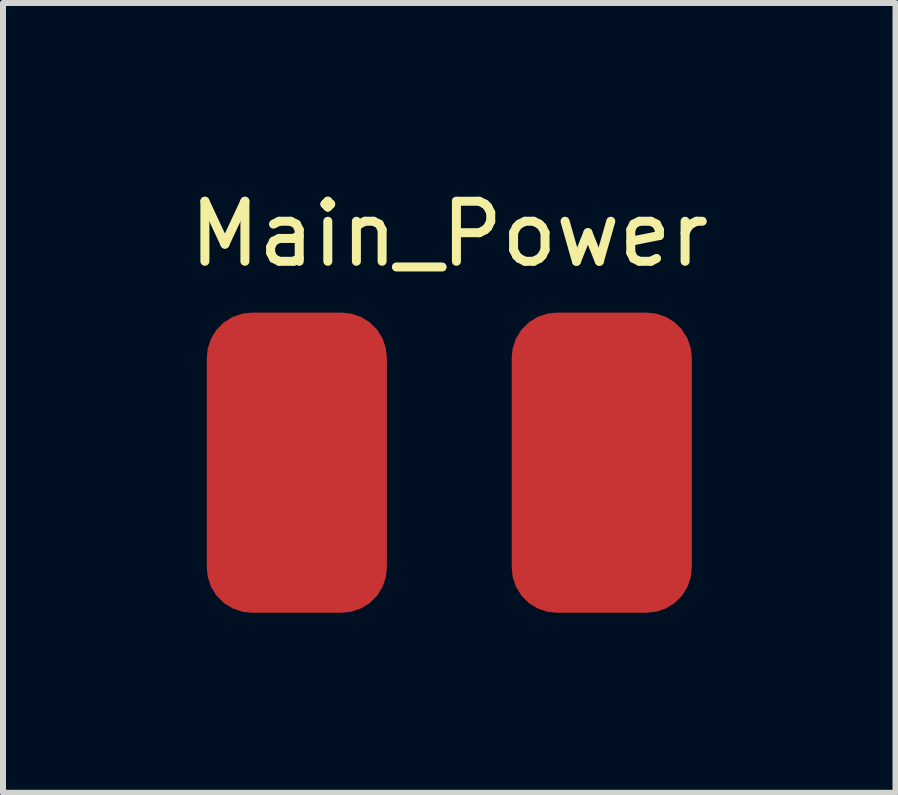
<source format=kicad_pcb>
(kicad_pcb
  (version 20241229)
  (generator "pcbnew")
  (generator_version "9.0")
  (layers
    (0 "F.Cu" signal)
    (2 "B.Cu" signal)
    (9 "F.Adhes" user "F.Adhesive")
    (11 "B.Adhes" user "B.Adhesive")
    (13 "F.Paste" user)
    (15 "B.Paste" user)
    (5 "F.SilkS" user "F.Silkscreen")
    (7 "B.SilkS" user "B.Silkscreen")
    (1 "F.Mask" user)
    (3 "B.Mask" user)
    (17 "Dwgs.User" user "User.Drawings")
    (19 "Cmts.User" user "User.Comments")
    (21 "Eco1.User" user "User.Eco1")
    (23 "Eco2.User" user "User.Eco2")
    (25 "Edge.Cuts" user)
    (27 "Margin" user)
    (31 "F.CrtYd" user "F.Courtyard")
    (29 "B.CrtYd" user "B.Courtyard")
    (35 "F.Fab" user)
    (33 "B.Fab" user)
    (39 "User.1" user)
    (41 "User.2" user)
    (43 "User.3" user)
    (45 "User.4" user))
  (footprint "Main_Power"
    (layer "F.Cu")
    (at 4.435 4.658)
    (property "Reference" "Main_Power" (at 0 -3.81 0) (unlocked yes) (layer "F.SilkS") (effects (font (size 1 1) (thickness 0.15))))
    (attr smd)
    (pad "1" smd roundrect (at -2.54 0 90) (size 5 3) (layers "F.Cu" "F.Mask" "F.Paste") (roundrect_rratio 0.25))
    (pad "2" smd roundrect (at 2.54 0 90) (size 5 3) (layers "F.Cu" "F.Mask" "F.Paste") (roundrect_rratio 0.25)))
  (gr_rect
    (start -3 -3)
    (end 11.869 10.158)
    (stroke (width 0.1) (type default))
    (fill no)
    (layer "Edge.Cuts")))
</source>
